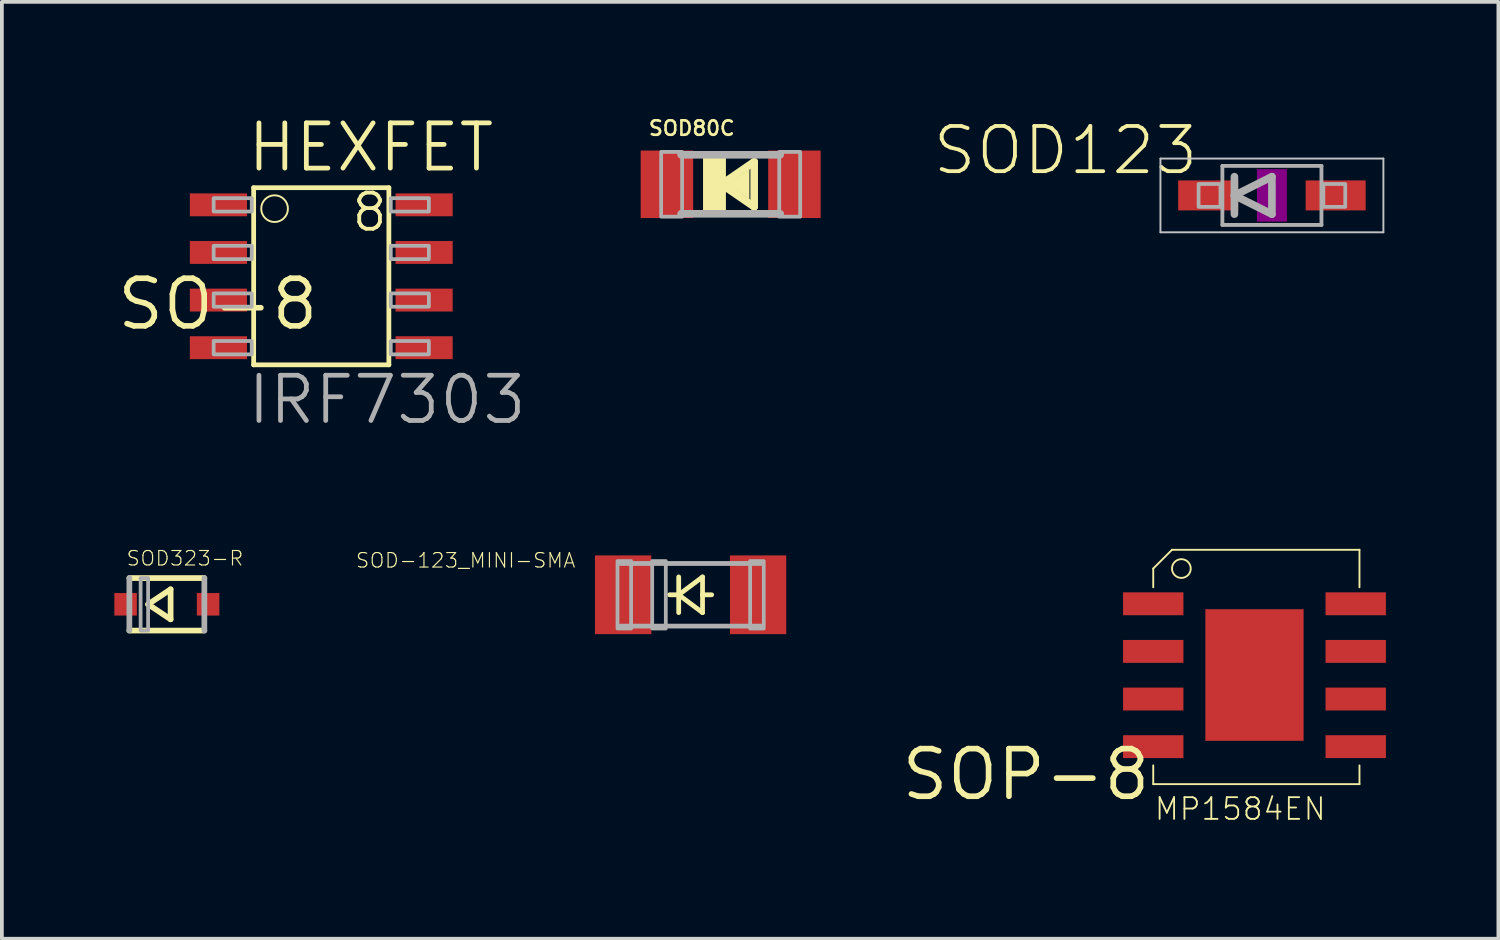
<source format=kicad_pcb>
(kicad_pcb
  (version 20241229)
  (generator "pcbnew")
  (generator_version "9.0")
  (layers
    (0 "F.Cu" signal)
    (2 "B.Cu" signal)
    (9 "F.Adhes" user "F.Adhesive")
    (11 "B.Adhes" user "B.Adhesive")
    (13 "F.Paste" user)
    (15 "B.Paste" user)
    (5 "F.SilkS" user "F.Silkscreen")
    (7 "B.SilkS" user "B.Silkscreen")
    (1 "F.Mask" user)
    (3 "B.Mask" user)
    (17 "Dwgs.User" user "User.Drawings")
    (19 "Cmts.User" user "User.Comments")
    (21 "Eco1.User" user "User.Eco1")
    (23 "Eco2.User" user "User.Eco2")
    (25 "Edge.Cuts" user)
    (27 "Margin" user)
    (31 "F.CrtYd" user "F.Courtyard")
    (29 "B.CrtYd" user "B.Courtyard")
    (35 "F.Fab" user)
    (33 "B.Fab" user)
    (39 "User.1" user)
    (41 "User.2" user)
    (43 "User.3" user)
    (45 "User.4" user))
  (footprint "SOD-123_MINI-SMA"
    (layer "F.Cu")
    (at 15.369 12.813)
    (property "Reference" "SOD-123_MINI-SMA" (at -3.048 -1.143 180) (layer "F.SilkS") (effects (font (size 0.386 0.386) (thickness 0.031)) (justify right top)))
    (attr through_hole)
    (fp_line (start -0.318 0) (end -0.561 0) (stroke (width 0.127) (type solid)) (layer "F.SilkS"))
    (fp_line (start -0.318 0) (end -0.318 -0.476) (stroke (width 0.127) (type solid)) (layer "F.SilkS"))
    (fp_line (start -0.318 0) (end -0.318 0.476) (stroke (width 0.127) (type solid)) (layer "F.SilkS"))
    (fp_line (start -0.318 0) (end 0.318 0.476) (stroke (width 0.127) (type solid)) (layer "F.SilkS"))
    (fp_line (start 0.318 -0.476) (end -0.318 0) (stroke (width 0.127) (type solid)) (layer "F.SilkS"))
    (fp_line (start 0.318 0) (end 0.318 -0.476) (stroke (width 0.127) (type solid)) (layer "F.SilkS"))
    (fp_line (start 0.318 0) (end 0.561 0) (stroke (width 0.127) (type solid)) (layer "F.SilkS"))
    (fp_line (start 0.318 0.476) (end 0.318 0) (stroke (width 0.127) (type solid)) (layer "F.SilkS"))
    (fp_line (start -1.873 -0.835) (end 1.873 -0.835) (stroke (width 0.127) (type solid)) (layer "F.Fab"))
    (fp_line (start -1.873 0.835) (end 1.873 0.835) (stroke (width 0.127) (type solid)) (layer "F.Fab"))
    (fp_poly (pts (xy -1.95 0.9) (xy -1.587 0.9) (xy -1.587 -0.9) (xy -1.95 -0.9)) (stroke (width 0.1) (type solid)) (fill no) (layer "F.Fab"))
    (fp_poly (pts (xy -1.025 0.9) (xy -0.662 0.9) (xy -0.662 -0.9) (xy -1.025 -0.9)) (stroke (width 0.1) (type solid)) (fill no) (layer "F.Fab"))
    (fp_poly (pts (xy 1.587 0.9) (xy 1.95 0.9) (xy 1.95 -0.9) (xy 1.587 -0.9)) (stroke (width 0.1) (type solid)) (fill no) (layer "F.Fab"))
    (pad "A" smd rect (at 1.8 0 180) (size 1.5 2.1) (layers "F.Cu" "F.Mask" "F.Paste"))
    (pad "C" smd rect (at -1.8 0 180) (size 1.5 2.1) (layers "F.Cu" "F.Mask" "F.Paste")))
  (footprint "SOP-8"
    (layer "F.Cu")
    (at 27.707 16.863)
    (property "Reference" "SOP-8" (at 0 0 0) (layer "F.SilkS") (effects (font (size 1.27 1.27) (thickness 0.15)) (justify right top)))
    (attr through_hole)
    (fp_line (start 0 -4.75) (end 0.5 -5.25) (stroke (width 0.05) (type solid)) (layer "F.SilkS"))
    (fp_line (start 0 -4.25) (end 0 -4.75) (stroke (width 0.05) (type solid)) (layer "F.SilkS"))
    (fp_line (start 0 0.5) (end 0 1) (stroke (width 0.05) (type solid)) (layer "F.SilkS"))
    (fp_line (start 0 1) (end 5.5 1) (stroke (width 0.05) (type solid)) (layer "F.SilkS"))
    (fp_line (start 0.5 -5.25) (end 5.5 -5.25) (stroke (width 0.05) (type solid)) (layer "F.SilkS"))
    (fp_line (start 5.5 -5.25) (end 5.5 -4.25) (stroke (width 0.05) (type solid)) (layer "F.SilkS"))
    (fp_line (start 5.5 1) (end 5.5 0.5) (stroke (width 0.05) (type solid)) (layer "F.SilkS"))
    (fp_circle (center 0.75 -4.75) (end 1 -4.75) (stroke (width 0.05) (type solid)) (fill no) (layer "F.SilkS"))
    (fp_text user "MP1584EN" (at 0 2 0) (layer "F.SilkS") (effects (font (size 0.579 0.579) (thickness 0.049)) (justify left bottom)))
    (pad "1" smd rect (at 0 -3.81) (size 1.61 0.61) (layers "F.Cu" "F.Mask" "F.Paste"))
    (pad "2" smd rect (at 0 -2.54) (size 1.61 0.61) (layers "F.Cu" "F.Mask" "F.Paste"))
    (pad "3" smd rect (at 0 -1.27) (size 1.61 0.61) (layers "F.Cu" "F.Mask" "F.Paste"))
    (pad "4" smd rect (at 0 0) (size 1.61 0.61) (layers "F.Cu" "F.Mask" "F.Paste"))
    (pad "5" smd rect (at 5.4 0) (size 1.61 0.61) (layers "F.Cu" "F.Mask" "F.Paste"))
    (pad "6" smd rect (at 5.4 -1.27) (size 1.61 0.61) (layers "F.Cu" "F.Mask" "F.Paste"))
    (pad "7" smd rect (at 5.4 -2.54) (size 1.61 0.61) (layers "F.Cu" "F.Mask" "F.Paste"))
    (pad "8" smd rect (at 5.4 -3.81) (size 1.61 0.61) (layers "F.Cu" "F.Mask" "F.Paste"))
    (pad "9" smd rect (at 2.7 -1.91 90) (size 3.51 2.62) (layers "F.Cu" "F.Mask" "F.Paste")))
  (footprint "SOD323-R"
    (layer "F.Cu")
    (at 1.4 13.067)
    (property "Reference" "SOD323-R" (at -1.1 -1 0) (layer "F.SilkS") (effects (font (size 0.386 0.386) (thickness 0.031)) (justify left bottom)))
    (attr through_hole)
    (fp_line (start -1 -0.7) (end 1 -0.7) (stroke (width 0.152) (type solid)) (layer "F.SilkS"))
    (fp_line (start -0.5 0) (end 0.1 -0.4) (stroke (width 0.152) (type solid)) (layer "F.SilkS"))
    (fp_line (start 0.1 -0.4) (end 0.1 0.4) (stroke (width 0.152) (type solid)) (layer "F.SilkS"))
    (fp_line (start 0.1 0.4) (end -0.5 0) (stroke (width 0.152) (type solid)) (layer "F.SilkS"))
    (fp_line (start 1 0.7) (end -1 0.7) (stroke (width 0.152) (type solid)) (layer "F.SilkS"))
    (fp_line (start -1 0.7) (end -1 -0.7) (stroke (width 0.152) (type solid)) (layer "F.Fab"))
    (fp_line (start 1 -0.7) (end 1 0.7) (stroke (width 0.152) (type solid)) (layer "F.Fab"))
    (fp_poly (pts (xy -0.7 0.7) (xy -0.5 0.7) (xy -0.5 -0.7) (xy -0.7 -0.7)) (stroke (width 0.1) (type solid)) (fill no) (layer "F.Fab"))
    (pad "A" smd rect (at 1.1 0) (size 0.6 0.6) (layers "F.Cu" "F.Mask" "F.Paste"))
    (pad "C" smd rect (at -1.1 0) (size 0.6 0.6) (layers "F.Cu" "F.Mask" "F.Paste")))
  (footprint "SOD123"
    (layer "F.Cu")
    (at 30.872 2.162)
    (property "Reference" "SOD123" (at -1.905 -1.905 0) (layer "F.SilkS") (effects (font (size 1.206 1.206) (thickness 0.102)) (justify right top)))
    (attr through_hole)
    (fp_poly (pts (xy -0.4 0.7) (xy 0.4 0.7) (xy 0.4 -0.7) (xy -0.4 -0.7)) (stroke (width 0) (type solid)) (fill yes) (layer "F.Adhes"))
    (fp_line (start -2.973 -0.983) (end 2.973 -0.983) (stroke (width 0.051) (type solid)) (layer "Dwgs.User"))
    (fp_line (start -2.973 0.983) (end -2.973 -0.983) (stroke (width 0.051) (type solid)) (layer "Dwgs.User"))
    (fp_line (start 2.973 -0.983) (end 2.973 0.983) (stroke (width 0.051) (type solid)) (layer "Dwgs.User"))
    (fp_line (start 2.973 0.983) (end -2.973 0.983) (stroke (width 0.051) (type solid)) (layer "Dwgs.User"))
    (fp_line (start -1.321 -0.787) (end 1.321 -0.787) (stroke (width 0.102) (type solid)) (layer "F.Fab"))
    (fp_line (start -1.321 0.787) (end -1.321 -0.787) (stroke (width 0.102) (type solid)) (layer "F.Fab"))
    (fp_line (start -1.321 0.787) (end 1.321 0.787) (stroke (width 0.102) (type solid)) (layer "F.Fab"))
    (fp_line (start -1 -0.5) (end -1 0) (stroke (width 0.203) (type solid)) (layer "F.Fab"))
    (fp_line (start -1 0) (end -1 0.5) (stroke (width 0.203) (type solid)) (layer "F.Fab"))
    (fp_line (start -1 0) (end 0 -0.5) (stroke (width 0.203) (type solid)) (layer "F.Fab"))
    (fp_line (start 0 -0.5) (end 0 0.5) (stroke (width 0.203) (type solid)) (layer "F.Fab"))
    (fp_line (start 0 0.5) (end -1 0) (stroke (width 0.203) (type solid)) (layer "F.Fab"))
    (fp_line (start 1.321 0.787) (end 1.321 -0.787) (stroke (width 0.102) (type solid)) (layer "F.Fab"))
    (fp_poly (pts (xy -1.956 0.305) (xy -1.372 0.305) (xy -1.372 -0.305) (xy -1.956 -0.305)) (stroke (width 0.1) (type solid)) (fill no) (layer "F.Fab"))
    (fp_poly (pts (xy 1.372 0.305) (xy 1.956 0.305) (xy 1.956 -0.305) (xy 1.372 -0.305)) (stroke (width 0.1) (type solid)) (fill no) (layer "F.Fab"))
    (pad "1" smd rect (at -1.7 0) (size 1.6 0.8) (layers "F.Cu" "F.Mask" "F.Paste"))
    (pad "2" smd rect (at 1.7 0) (size 1.6 0.8) (layers "F.Cu" "F.Mask" "F.Paste")))
  (footprint "SOD80C"
    (layer "F.Cu")
    (at 16.437 1.865)
    (property "Reference" "SOD80C" (at -2.223 -1.27 0) (layer "F.SilkS") (effects (font (size 0.386 0.386) (thickness 0.069)) (justify left bottom)))
    (attr through_hole)
    (fp_line (start -0.246 0) (end 0.627 0.6) (stroke (width 0.203) (type solid)) (layer "F.SilkS"))
    (fp_line (start 0.627 -0.6) (end -0.246 0) (stroke (width 0.203) (type solid)) (layer "F.SilkS"))
    (fp_line (start 0.627 0.6) (end 0.627 -0.6) (stroke (width 0.203) (type solid)) (layer "F.SilkS"))
    (fp_poly (pts (xy -0.1 0) (xy 0.5 -0.4) (xy 0.5 0.4)) (stroke (width 0) (type solid)) (fill yes) (layer "F.SilkS"))
    (fp_poly (pts (xy -0.737 0.787) (xy -0.127 0.787) (xy -0.127 -0.787) (xy -0.737 -0.787)) (stroke (width 0) (type solid)) (fill yes) (layer "F.SilkS"))
    (fp_line (start 1.321 -0.787) (end -1.321 -0.787) (stroke (width 0.203) (type solid)) (layer "F.Fab"))
    (fp_line (start 1.321 0.787) (end -1.321 0.787) (stroke (width 0.203) (type solid)) (layer "F.Fab"))
    (fp_poly (pts (xy -1.854 0.864) (xy -1.295 0.864) (xy -1.295 -0.864) (xy -1.854 -0.864)) (stroke (width 0.1) (type solid)) (fill no) (layer "F.Fab"))
    (fp_poly (pts (xy 1.295 0.864) (xy 1.854 0.864) (xy 1.854 -0.864) (xy 1.295 -0.864)) (stroke (width 0.1) (type solid)) (fill no) (layer "F.Fab"))
    (pad "A" smd rect (at 1.7 0) (size 1.4 1.8) (layers "F.Cu" "F.Mask" "F.Paste"))
    (pad "C" smd rect (at -1.7 0) (size 1.4 1.8) (layers "F.Cu" "F.Mask" "F.Paste")))
  (footprint "SO-8"
    (layer "F.Cu")
    (at 5.518 4.318)
    (property "Reference" "SO-8" (at 0 0 0) (layer "F.SilkS") (effects (font (size 1.27 1.27) (thickness 0.15)) (justify right top)))
    (attr through_hole)
    (fp_line (start -1.803 -2.362) (end -1.803 2.362) (stroke (width 0.127) (type solid)) (layer "F.SilkS"))
    (fp_line (start -1.803 2.362) (end 1.803 2.362) (stroke (width 0.127) (type solid)) (layer "F.SilkS"))
    (fp_line (start 1.803 -2.362) (end -1.803 -2.362) (stroke (width 0.127) (type solid)) (layer "F.SilkS"))
    (fp_line (start 1.803 2.362) (end 1.803 -2.362) (stroke (width 0.127) (type solid)) (layer "F.SilkS"))
    (fp_circle (center -1.245 -1.803) (end -0.889 -1.803) (stroke (width 0.051) (type solid)) (fill no) (layer "F.SilkS"))
    (fp_poly (pts (xy -2.87 -1.727) (xy -1.854 -1.727) (xy -1.854 -2.083) (xy -2.87 -2.083)) (stroke (width 0.1) (type solid)) (fill no) (layer "F.Fab"))
    (fp_poly (pts (xy -2.87 -0.457) (xy -1.854 -0.457) (xy -1.854 -0.813) (xy -2.87 -0.813)) (stroke (width 0.1) (type solid)) (fill no) (layer "F.Fab"))
    (fp_poly (pts (xy -2.87 0.813) (xy -1.854 0.813) (xy -1.854 0.457) (xy -2.87 0.457)) (stroke (width 0.1) (type solid)) (fill no) (layer "F.Fab"))
    (fp_poly (pts (xy -2.87 2.083) (xy -1.854 2.083) (xy -1.854 1.727) (xy -2.87 1.727)) (stroke (width 0.1) (type solid)) (fill no) (layer "F.Fab"))
    (fp_poly (pts (xy 1.854 -1.727) (xy 2.87 -1.727) (xy 2.87 -2.083) (xy 1.854 -2.083)) (stroke (width 0.1) (type solid)) (fill no) (layer "F.Fab"))
    (fp_poly (pts (xy 1.854 -0.457) (xy 2.87 -0.457) (xy 2.87 -0.813) (xy 1.854 -0.813)) (stroke (width 0.1) (type solid)) (fill no) (layer "F.Fab"))
    (fp_poly (pts (xy 1.854 0.813) (xy 2.87 0.813) (xy 2.87 0.457) (xy 1.854 0.457)) (stroke (width 0.1) (type solid)) (fill no) (layer "F.Fab"))
    (fp_poly (pts (xy 1.854 2.083) (xy 2.87 2.083) (xy 2.87 1.727) (xy 1.854 1.727)) (stroke (width 0.1) (type solid)) (fill no) (layer "F.Fab"))
    (fp_text user "HEXFET" (at -2.032 -2.731 0) (layer "F.SilkS") (effects (font (size 1.206 1.206) (thickness 0.127)) (justify left bottom)))
    (fp_text user "8" (at 0.762 -1.143 0) (layer "F.SilkS") (effects (font (size 0.965 0.965) (thickness 0.102)) (justify left bottom)))
    (fp_text user "IRF7303" (at -2.032 4 0) (layer "F.Fab") (effects (font (size 1.206 1.206) (thickness 0.127)) (justify left bottom)))
    (pad "1" smd rect (at -2.743 -1.905) (size 1.524 0.61) (layers "F.Cu" "F.Mask" "F.Paste"))
    (pad "2" smd rect (at -2.743 -0.635) (size 1.524 0.61) (layers "F.Cu" "F.Mask" "F.Paste"))
    (pad "3" smd rect (at -2.743 0.635) (size 1.524 0.61) (layers "F.Cu" "F.Mask" "F.Paste"))
    (pad "4" smd rect (at -2.743 1.905) (size 1.524 0.61) (layers "F.Cu" "F.Mask" "F.Paste"))
    (pad "5" smd rect (at 2.743 1.905) (size 1.524 0.61) (layers "F.Cu" "F.Mask" "F.Paste"))
    (pad "6" smd rect (at 2.743 0.635) (size 1.524 0.61) (layers "F.Cu" "F.Mask" "F.Paste"))
    (pad "7" smd rect (at 2.743 -0.635) (size 1.524 0.61) (layers "F.Cu" "F.Mask" "F.Paste"))
    (pad "8" smd rect (at 2.743 -1.905) (size 1.524 0.61) (layers "F.Cu" "F.Mask" "F.Paste")))
  (gr_rect
    (start -3 -3)
    (end 36.912 21.987)
    (stroke (width 0.1) (type default))
    (fill no)
    (layer "Edge.Cuts")))
</source>
